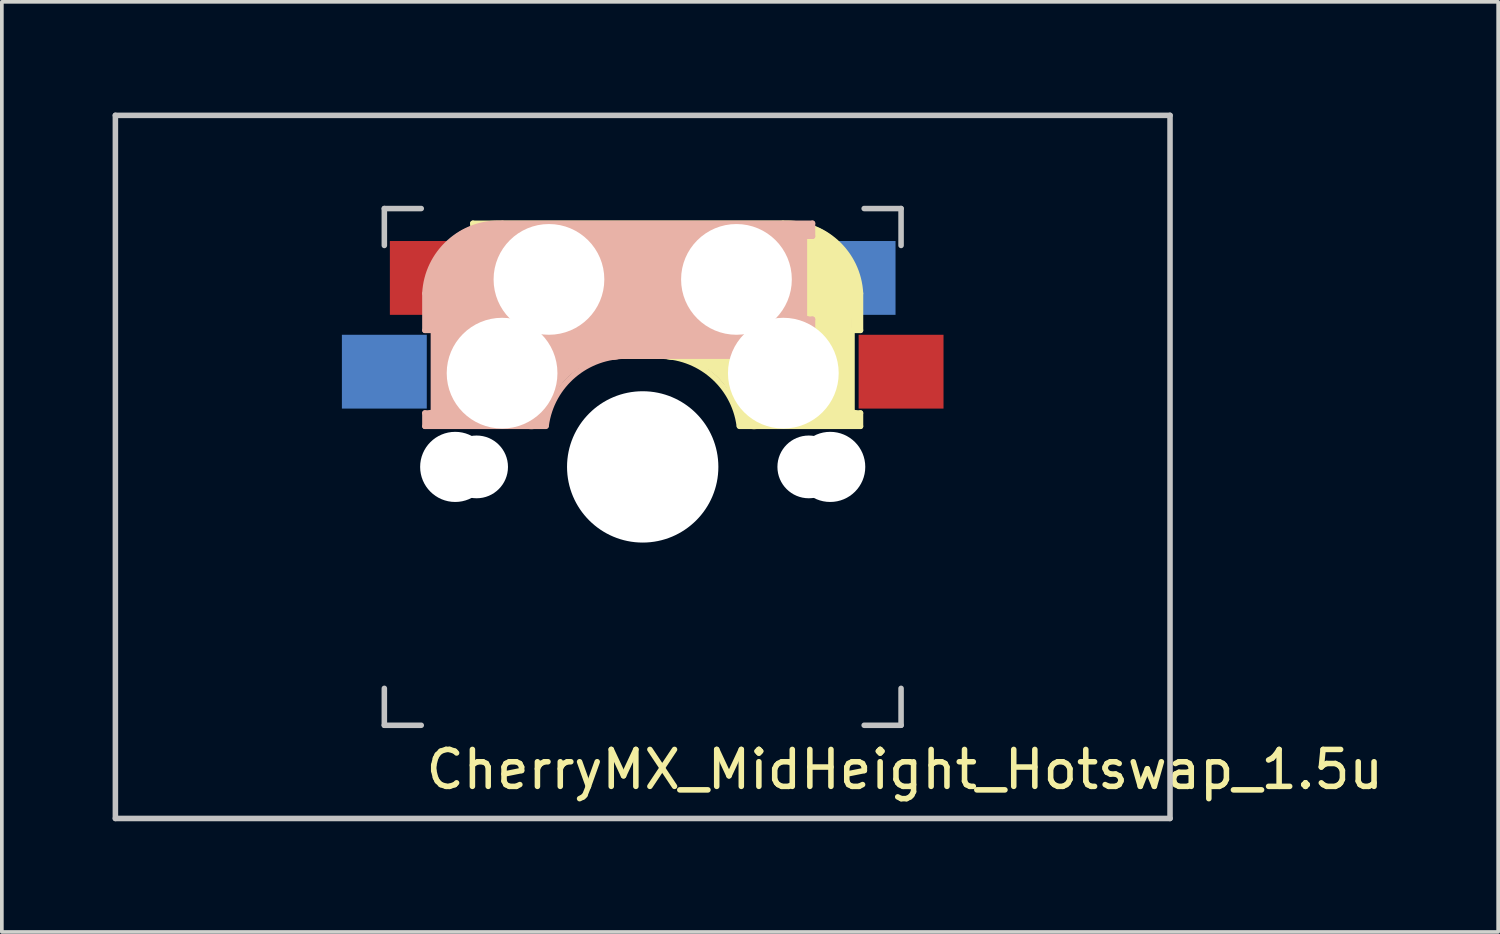
<source format=kicad_pcb>
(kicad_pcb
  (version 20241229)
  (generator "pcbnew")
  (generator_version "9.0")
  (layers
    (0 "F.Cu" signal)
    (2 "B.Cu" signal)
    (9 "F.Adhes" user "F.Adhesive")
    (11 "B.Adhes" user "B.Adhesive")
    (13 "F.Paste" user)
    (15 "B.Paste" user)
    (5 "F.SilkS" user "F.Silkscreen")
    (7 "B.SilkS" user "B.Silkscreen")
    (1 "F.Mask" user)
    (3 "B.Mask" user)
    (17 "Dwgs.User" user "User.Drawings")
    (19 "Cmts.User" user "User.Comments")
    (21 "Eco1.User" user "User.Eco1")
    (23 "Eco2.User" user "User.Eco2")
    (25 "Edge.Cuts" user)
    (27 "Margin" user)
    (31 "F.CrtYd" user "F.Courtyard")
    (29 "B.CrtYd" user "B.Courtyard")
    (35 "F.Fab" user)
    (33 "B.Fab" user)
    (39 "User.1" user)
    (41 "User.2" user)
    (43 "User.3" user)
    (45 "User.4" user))
  (footprint "CherryMX_MidHeight_Hotswap_1.5u"
    (layer "F.Cu")
    (at 14.363 9.6)
    (property "Reference" "CherryMX_MidHeight_Hotswap_1.5u" (at 7.1 8.2 0) (layer "F.SilkS") (effects (font (size 1 1) (thickness 0.15))))
    (attr through_hole)
    (fp_line (start -4.6 -6.6) (end 3.8 -6.6) (stroke (width 0.15) (type solid)) (layer "F.SilkS"))
    (fp_line (start -4.6 -6.25) (end -4.6 -6.6) (stroke (width 0.15) (type solid)) (layer "F.SilkS"))
    (fp_line (start -4.6 -4) (end -4.4 -4) (stroke (width 0.15) (type solid)) (layer "F.SilkS"))
    (fp_line (start -4.6 -3) (end -4.6 -4) (stroke (width 0.15) (type solid)) (layer "F.SilkS"))
    (fp_line (start -4.4 -6.4) (end -3 -6.4) (stroke (width 0.4) (type solid)) (layer "F.SilkS"))
    (fp_line (start -4.4 -6.25) (end -4.6 -6.25) (stroke (width 0.15) (type solid)) (layer "F.SilkS"))
    (fp_line (start -4.4 -3.9) (end -4.4 -3.2) (stroke (width 0.4) (type solid)) (layer "F.SilkS"))
    (fp_line (start -4.38 -4) (end -4.38 -6.25) (stroke (width 0.15) (type solid)) (layer "F.SilkS"))
    (fp_line (start -4.3 -3.3) (end -2.9 -3.3) (stroke (width 0.5) (type solid)) (layer "F.SilkS"))
    (fp_line (start -3.9 -6) (end -3.9 -3.5) (stroke (width 1) (type solid)) (layer "F.SilkS"))
    (fp_line (start -2.6 -4.8) (end 4.1 -4.8) (stroke (width 3.5) (type solid)) (layer "F.SilkS"))
    (fp_line (start 0.4 -3) (end -4.6 -3) (stroke (width 0.15) (type solid)) (layer "F.SilkS"))
    (fp_line (start 4.17 -5.1) (end 4.17 -2.86) (stroke (width 3) (type solid)) (layer "F.SilkS"))
    (fp_line (start 5.3 -1.6) (end 5.3 -3.4) (stroke (width 0.8) (type solid)) (layer "F.SilkS"))
    (fp_line (start 5.67 -3.7) (end 5.67 -1.46) (stroke (width 0.15) (type solid)) (layer "F.SilkS"))
    (fp_line (start 5.7 -1.46) (end 5.9 -1.46) (stroke (width 0.15) (type solid)) (layer "F.SilkS"))
    (fp_line (start 5.7 -1.3) (end 3 -1.3) (stroke (width 0.5) (type solid)) (layer "F.SilkS"))
    (fp_line (start 5.8 -3.8) (end 5.8 -4.7) (stroke (width 0.3) (type solid)) (layer "F.SilkS"))
    (fp_line (start 5.9 -4.7) (end 5.9 -3.7) (stroke (width 0.15) (type solid)) (layer "F.SilkS"))
    (fp_line (start 5.9 -3.7) (end 5.7 -3.7) (stroke (width 0.15) (type solid)) (layer "F.SilkS"))
    (fp_line (start 5.9 -1.1) (end 2.62 -1.1) (stroke (width 0.15) (type solid)) (layer "F.SilkS"))
    (fp_line (start 5.9 -1.1) (end 5.9 -1.46) (stroke (width 0.15) (type solid)) (layer "F.SilkS"))
    (fp_arc (start 0.4 -3) (mid 1.868709 -2.486118) (end 2.616318 -1.121471) (stroke (width 0.15) (type solid)) (layer "F.SilkS"))
    (fp_arc (start 0.8 -3.4) (mid 2.268709 -2.886118) (end 3.016318 -1.521471) (stroke (width 1) (type solid)) (layer "F.SilkS"))
    (fp_arc (start 3.8 -6.600001) (mid 5.243504 -6.084925) (end 5.900001 -4.7) (stroke (width 0.15) (type solid)) (layer "F.SilkS"))
    (fp_line (start -5.9 -4.7) (end -5.9 -3.7) (stroke (width 0.15) (type solid)) (layer "B.SilkS"))
    (fp_line (start -5.9 -3.7) (end -5.7 -3.7) (stroke (width 0.15) (type solid)) (layer "B.SilkS"))
    (fp_line (start -5.9 -1.1) (end -5.9 -1.46) (stroke (width 0.15) (type solid)) (layer "B.SilkS"))
    (fp_line (start -5.9 -1.1) (end -2.62 -1.1) (stroke (width 0.15) (type solid)) (layer "B.SilkS"))
    (fp_line (start -5.8 -3.8) (end -5.8 -4.7) (stroke (width 0.3) (type solid)) (layer "B.SilkS"))
    (fp_line (start -5.7 -1.46) (end -5.9 -1.46) (stroke (width 0.15) (type solid)) (layer "B.SilkS"))
    (fp_line (start -5.7 -1.3) (end -3 -1.3) (stroke (width 0.5) (type solid)) (layer "B.SilkS"))
    (fp_line (start -5.67 -3.7) (end -5.67 -1.46) (stroke (width 0.15) (type solid)) (layer "B.SilkS"))
    (fp_line (start -5.3 -1.6) (end -5.3 -3.4) (stroke (width 0.8) (type solid)) (layer "B.SilkS"))
    (fp_line (start -4.17 -5.1) (end -4.17 -2.86) (stroke (width 3) (type solid)) (layer "B.SilkS"))
    (fp_line (start -0.4 -3) (end 4.6 -3) (stroke (width 0.15) (type solid)) (layer "B.SilkS"))
    (fp_line (start 2.6 -4.8) (end -4.1 -4.8) (stroke (width 3.5) (type solid)) (layer "B.SilkS"))
    (fp_line (start 3.9 -6) (end 3.9 -3.5) (stroke (width 1) (type solid)) (layer "B.SilkS"))
    (fp_line (start 4.3 -3.3) (end 2.9 -3.3) (stroke (width 0.5) (type solid)) (layer "B.SilkS"))
    (fp_line (start 4.38 -4) (end 4.38 -6.25) (stroke (width 0.15) (type solid)) (layer "B.SilkS"))
    (fp_line (start 4.4 -6.4) (end 3 -6.4) (stroke (width 0.4) (type solid)) (layer "B.SilkS"))
    (fp_line (start 4.4 -6.25) (end 4.6 -6.25) (stroke (width 0.15) (type solid)) (layer "B.SilkS"))
    (fp_line (start 4.4 -3.9) (end 4.4 -3.2) (stroke (width 0.4) (type solid)) (layer "B.SilkS"))
    (fp_line (start 4.6 -6.6) (end -3.8 -6.6) (stroke (width 0.15) (type solid)) (layer "B.SilkS"))
    (fp_line (start 4.6 -6.25) (end 4.6 -6.6) (stroke (width 0.15) (type solid)) (layer "B.SilkS"))
    (fp_line (start 4.6 -4) (end 4.4 -4) (stroke (width 0.15) (type solid)) (layer "B.SilkS"))
    (fp_line (start 4.6 -3) (end 4.6 -4) (stroke (width 0.15) (type solid)) (layer "B.SilkS"))
    (fp_arc (start -5.9 -4.699999) (mid -5.243504 -6.084924) (end -3.800001 -6.6) (stroke (width 0.15) (type solid)) (layer "B.SilkS"))
    (fp_arc (start -3.016318 -1.521471) (mid -2.268709 -2.886118) (end -0.8 -3.4) (stroke (width 1) (type solid)) (layer "B.SilkS"))
    (fp_arc (start -2.616318 -1.121471) (mid -1.868709 -2.486118) (end -0.4 -3) (stroke (width 0.15) (type solid)) (layer "B.SilkS"))
    (fp_line (start -14.287 -9.525) (end 14.287 -9.525) (stroke (width 0.15) (type solid)) (layer "Dwgs.User"))
    (fp_line (start -14.287 9.525) (end -14.287 -9.525) (stroke (width 0.15) (type solid)) (layer "Dwgs.User"))
    (fp_line (start -7 -7) (end -6 -7) (stroke (width 0.15) (type solid)) (layer "Dwgs.User"))
    (fp_line (start -7 -6) (end -7 -7) (stroke (width 0.15) (type solid)) (layer "Dwgs.User"))
    (fp_line (start -7 6) (end -7 7) (stroke (width 0.15) (type solid)) (layer "Dwgs.User"))
    (fp_line (start -7 7) (end -6 7) (stroke (width 0.15) (type solid)) (layer "Dwgs.User"))
    (fp_line (start 6 7) (end 7 7) (stroke (width 0.15) (type solid)) (layer "Dwgs.User"))
    (fp_line (start 7 -7) (end 6 -7) (stroke (width 0.15) (type solid)) (layer "Dwgs.User"))
    (fp_line (start 7 -7) (end 7 -6) (stroke (width 0.15) (type solid)) (layer "Dwgs.User"))
    (fp_line (start 7 7) (end 7 6) (stroke (width 0.15) (type solid)) (layer "Dwgs.User"))
    (fp_line (start 14.287 -9.525) (end 14.287 9.525) (stroke (width 0.15) (type solid)) (layer "Dwgs.User"))
    (fp_line (start 14.287 9.525) (end -14.287 9.525) (stroke (width 0.15) (type solid)) (layer "Dwgs.User"))
    (fp_poly (pts (xy 7 7) (xy -7 7) (xy -7 -7) (xy 7 -7)) (stroke (width 0.1) (type solid)) (fill no) (layer "User.2"))
    (fp_poly (pts (xy 3 -7) (xy 3 7) (xy 2.5 8) (xy -2.5 8) (xy -3 7) (xy -3 -7) (xy -2.5 -8) (xy 2.5 -8)) (stroke (width 0.12) (type solid)) (fill no) (layer "User.3"))
    (pad "" np_thru_hole circle (at -5.08 0) (size 1.9 1.9) (drill 1.9) (layers "*.Cu" "*.Mask"))
    (pad "" np_thru_hole circle (at -4.5 0) (size 1.7 1.7) (drill 1.7) (layers "*.Cu" "*.Mask"))
    (pad "" np_thru_hole circle (at -3.81 -2.54 180) (size 3 3) (drill 3) (layers "*.Cu" "*.Mask"))
    (pad "" np_thru_hole circle (at -2.54 -5.08 180) (size 3 3) (drill 3) (layers "*.Cu" "*.Mask"))
    (pad "" np_thru_hole circle (at 0 0 90) (size 4.1 4.1) (drill 4.1) (layers "*.Cu" "*.Mask"))
    (pad "" np_thru_hole circle (at 2.54 -5.08 180) (size 3 3) (drill 3) (layers "*.Cu" "*.Mask"))
    (pad "" np_thru_hole circle (at 3.81 -2.54 180) (size 3 3) (drill 3) (layers "*.Cu" "*.Mask"))
    (pad "" np_thru_hole circle (at 4.5 0) (size 1.7 1.7) (drill 1.7) (layers "*.Cu" "*.Mask"))
    (pad "" np_thru_hole circle (at 5.08 0) (size 1.9 1.9) (drill 1.9) (layers "*.Cu" "*.Mask"))
    (pad "1" smd rect (at -7 -2.58 180) (size 2.3 2) (layers "B.Cu" "B.Mask" "B.Paste"))
    (pad "1" smd rect (at 7 -2.58 180) (size 2.3 2) (layers "F.Cu" "F.Mask" "F.Paste"))
    (pad "2" smd rect (at -5.7 -5.12 180) (size 2.3 2) (layers "F.Cu" "F.Mask" "F.Paste"))
    (pad "2" smd rect (at 5.7 -5.12 180) (size 2.3 2) (layers "B.Cu" "B.Mask" "B.Paste")))
  (gr_rect
    (start -3 -3)
    (end 37.54 22.2)
    (stroke (width 0.1) (type default))
    (fill no)
    (layer "Edge.Cuts")))
</source>
